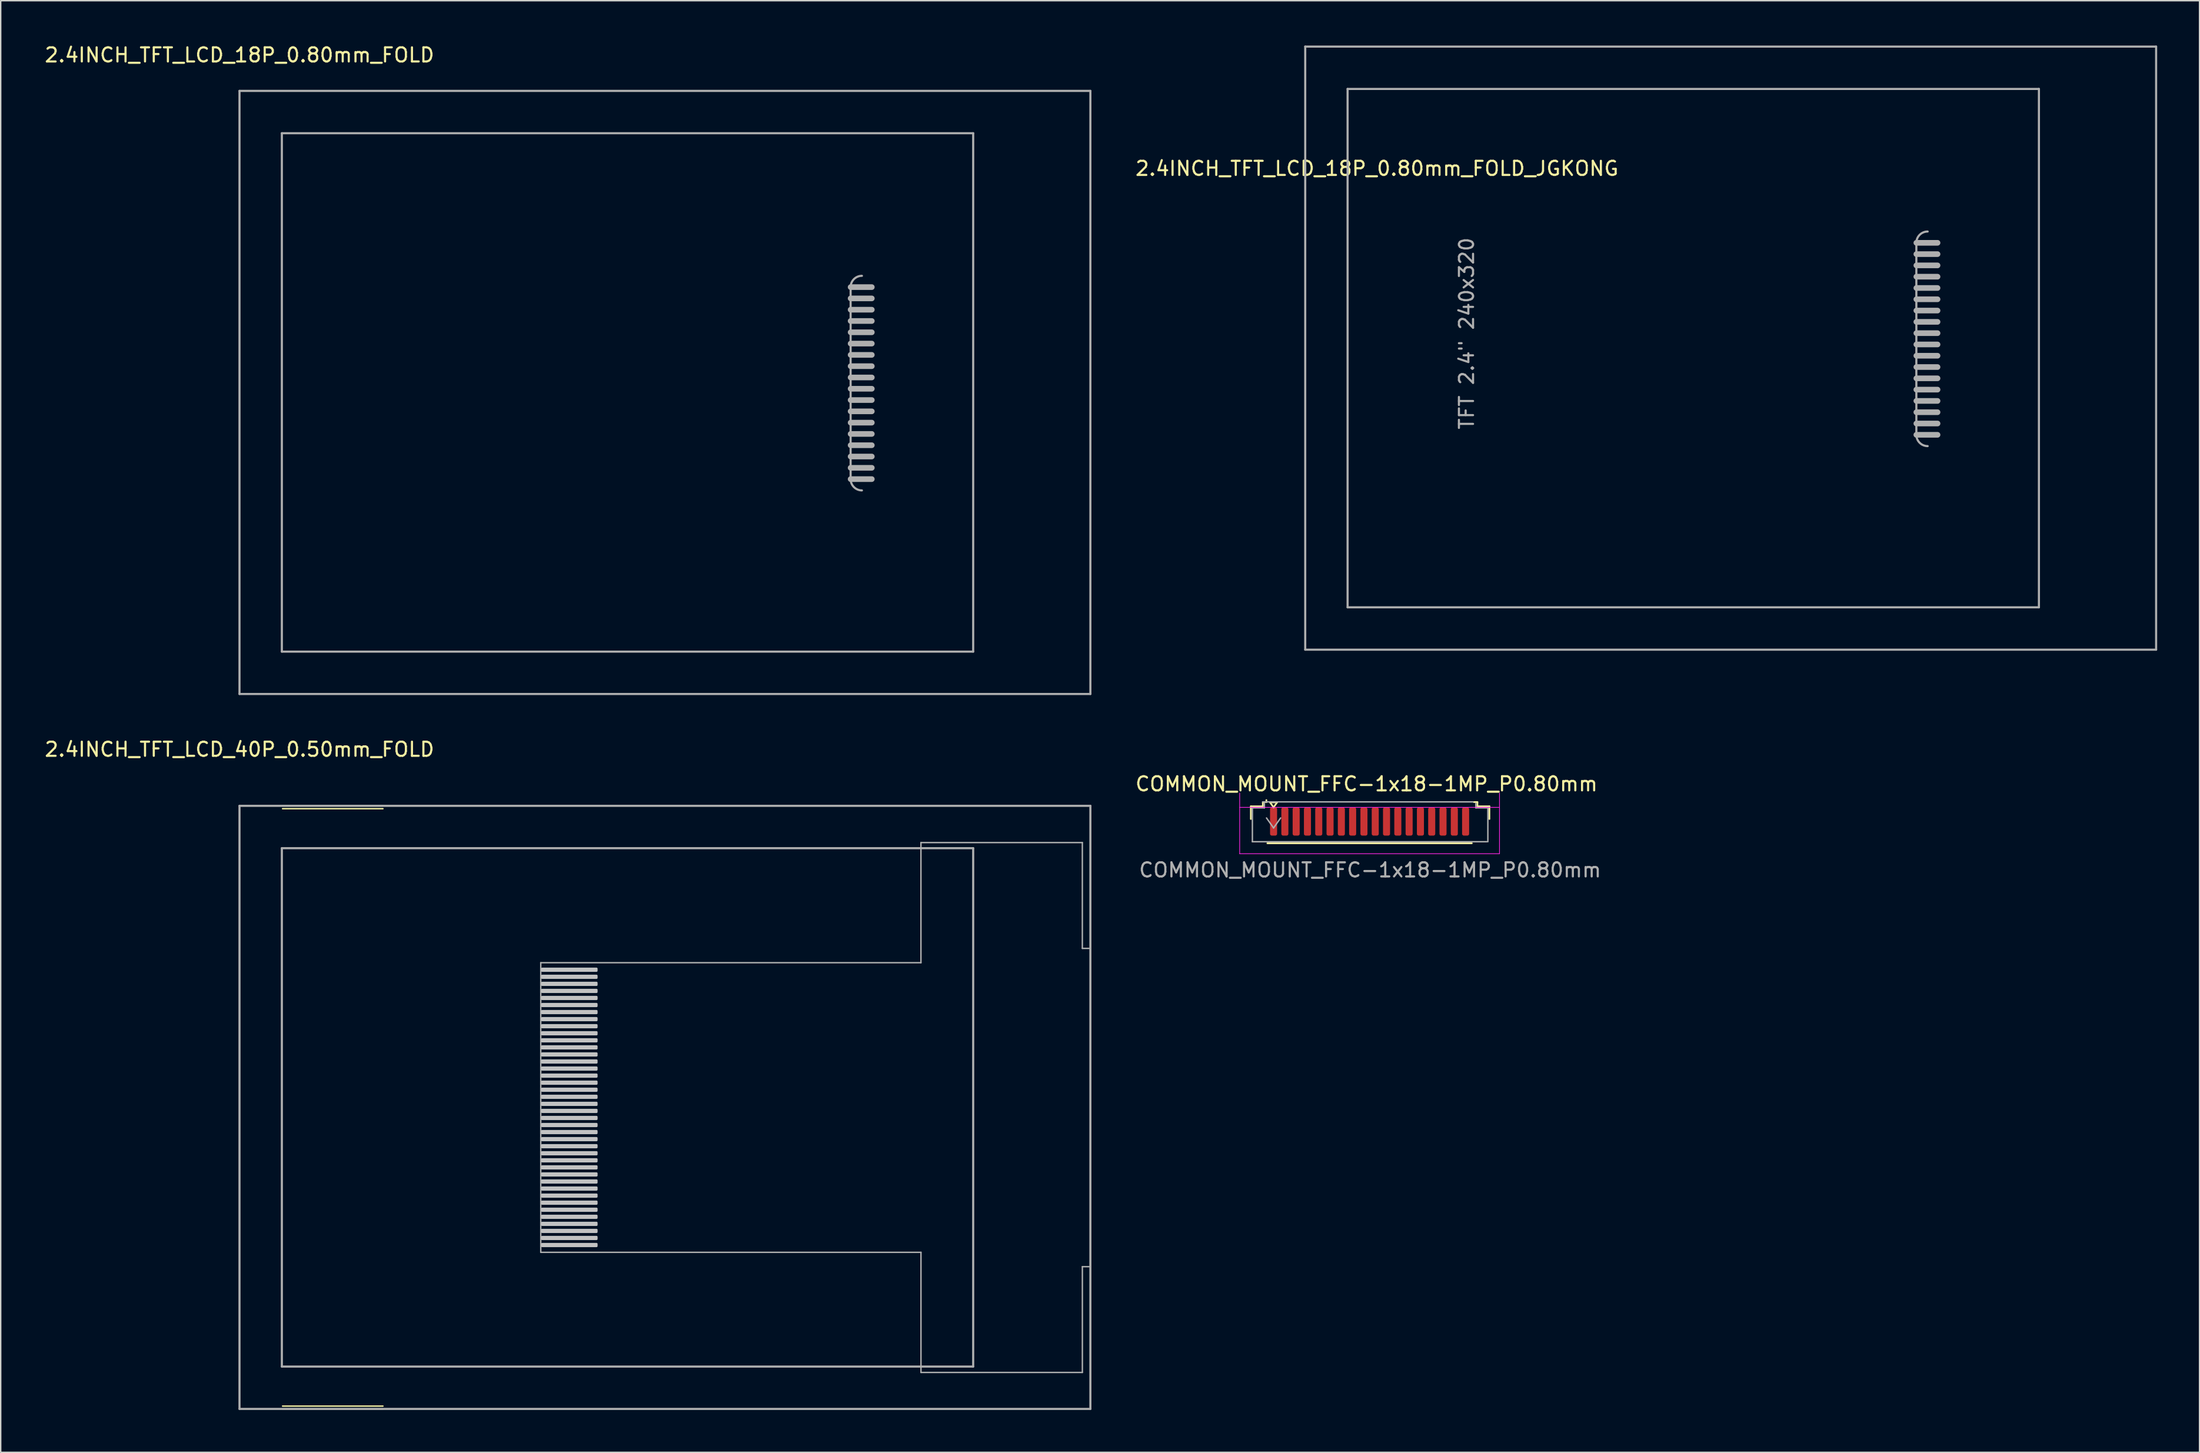
<source format=kicad_pcb>
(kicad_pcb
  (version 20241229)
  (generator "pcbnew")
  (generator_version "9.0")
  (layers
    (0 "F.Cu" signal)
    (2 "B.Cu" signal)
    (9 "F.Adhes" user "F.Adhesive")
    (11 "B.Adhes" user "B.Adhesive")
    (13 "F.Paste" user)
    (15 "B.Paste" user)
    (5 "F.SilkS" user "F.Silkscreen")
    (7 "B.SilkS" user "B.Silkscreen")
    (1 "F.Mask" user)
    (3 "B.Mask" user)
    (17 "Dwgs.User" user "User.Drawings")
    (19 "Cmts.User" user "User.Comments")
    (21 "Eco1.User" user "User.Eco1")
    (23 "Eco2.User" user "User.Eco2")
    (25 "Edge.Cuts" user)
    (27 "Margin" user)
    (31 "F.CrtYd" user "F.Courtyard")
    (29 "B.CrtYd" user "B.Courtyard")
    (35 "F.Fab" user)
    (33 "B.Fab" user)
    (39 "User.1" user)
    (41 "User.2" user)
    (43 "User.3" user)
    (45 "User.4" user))
  (footprint "2.4INCH_TFT_LCD_40P_0.50mm_FOLD"
    (layer "F.Cu")
    (at 13.911 54.032)
    (property "Reference" "2.4INCH_TFT_LCD_40P_0.50mm_FOLD" (at 0 -4 0) (layer "F.SilkS") (effects (font (size 1 1) (thickness 0.15))))
    (attr through_hole)
    (fp_line (start 3.048 0) (end 10.16 0) (stroke (width 0.1) (type solid)) (layer "F.SilkS"))
    (fp_line (start 3.048 0.203) (end 10.16 0.203) (stroke (width 0.1) (type solid)) (layer "F.SilkS"))
    (fp_line (start 3.048 42.52) (end 10.16 42.52) (stroke (width 0.1) (type solid)) (layer "F.SilkS"))
    (fp_line (start 3.048 42.723) (end 10.16 42.723) (stroke (width 0.1) (type solid)) (layer "F.SilkS"))
    (fp_line (start 0 0) (end 0 42.72) (stroke (width 0.15) (type solid)) (layer "F.Fab"))
    (fp_line (start 0 0) (end 60.26 0) (stroke (width 0.15) (type solid)) (layer "F.Fab"))
    (fp_line (start 0 42.72) (end 60.26 42.72) (stroke (width 0.15) (type solid)) (layer "F.Fab"))
    (fp_line (start 3 3) (end 3 39.72) (stroke (width 0.15) (type solid)) (layer "F.Fab"))
    (fp_line (start 3 3) (end 51.96 3) (stroke (width 0.15) (type solid)) (layer "F.Fab"))
    (fp_line (start 3 39.72) (end 51.96 39.72) (stroke (width 0.15) (type solid)) (layer "F.Fab"))
    (fp_line (start 21.336 11.113) (end 21.336 31.623) (stroke (width 0.1) (type solid)) (layer "F.Fab"))
    (fp_line (start 21.336 11.113) (end 48.26 11.113) (stroke (width 0.1) (type solid)) (layer "F.Fab"))
    (fp_line (start 21.338 31.627) (end 48.262 31.627) (stroke (width 0.1) (type solid)) (layer "F.Fab"))
    (fp_line (start 48.26 2.603) (end 59.69 2.603) (stroke (width 0.1) (type solid)) (layer "F.Fab"))
    (fp_line (start 48.26 11.113) (end 48.26 2.603) (stroke (width 0.1) (type solid)) (layer "F.Fab"))
    (fp_line (start 48.262 31.627) (end 48.262 40.136) (stroke (width 0.1) (type solid)) (layer "F.Fab"))
    (fp_line (start 48.262 40.136) (end 59.692 40.136) (stroke (width 0.1) (type solid)) (layer "F.Fab"))
    (fp_line (start 51.96 3) (end 51.96 39.72) (stroke (width 0.15) (type solid)) (layer "F.Fab"))
    (fp_line (start 59.69 2.603) (end 59.69 10.097) (stroke (width 0.1) (type solid)) (layer "F.Fab"))
    (fp_line (start 59.69 10.097) (end 60.198 10.097) (stroke (width 0.1) (type solid)) (layer "F.Fab"))
    (fp_line (start 59.692 32.643) (end 60.2 32.643) (stroke (width 0.1) (type solid)) (layer "F.Fab"))
    (fp_line (start 59.692 40.136) (end 59.692 32.643) (stroke (width 0.1) (type solid)) (layer "F.Fab"))
    (fp_line (start 60.26 0) (end 60.26 42.72) (stroke (width 0.15) (type solid)) (layer "F.Fab"))
    (pad "" connect roundrect (at 23.36 11.61) (size 4 0.3) (layers "Dwgs.User") (roundrect_rratio 0.25))
    (pad "" connect roundrect (at 23.36 12.11) (size 4 0.3) (layers "Dwgs.User") (roundrect_rratio 0.25))
    (pad "" connect roundrect (at 23.36 12.61) (size 4 0.3) (layers "Dwgs.User") (roundrect_rratio 0.25))
    (pad "" connect roundrect (at 23.36 13.11) (size 4 0.3) (layers "Dwgs.User") (roundrect_rratio 0.25))
    (pad "" connect roundrect (at 23.36 13.61) (size 4 0.3) (layers "Dwgs.User") (roundrect_rratio 0.25))
    (pad "" connect roundrect (at 23.36 14.11) (size 4 0.3) (layers "Dwgs.User") (roundrect_rratio 0.25))
    (pad "" connect roundrect (at 23.36 14.61) (size 4 0.3) (layers "Dwgs.User") (roundrect_rratio 0.25))
    (pad "" connect roundrect (at 23.36 15.11) (size 4 0.3) (layers "Dwgs.User") (roundrect_rratio 0.25))
    (pad "" connect roundrect (at 23.36 15.61) (size 4 0.3) (layers "Dwgs.User") (roundrect_rratio 0.25))
    (pad "" connect roundrect (at 23.36 16.11) (size 4 0.3) (layers "Dwgs.User") (roundrect_rratio 0.25))
    (pad "" connect roundrect (at 23.36 16.61) (size 4 0.3) (layers "Dwgs.User") (roundrect_rratio 0.25))
    (pad "" connect roundrect (at 23.36 17.11) (size 4 0.3) (layers "Dwgs.User") (roundrect_rratio 0.25))
    (pad "" connect roundrect (at 23.36 17.61) (size 4 0.3) (layers "Dwgs.User") (roundrect_rratio 0.25))
    (pad "" connect roundrect (at 23.36 18.11) (size 4 0.3) (layers "Dwgs.User") (roundrect_rratio 0.25))
    (pad "" connect roundrect (at 23.36 18.61) (size 4 0.3) (layers "Dwgs.User") (roundrect_rratio 0.25))
    (pad "" connect roundrect (at 23.36 19.11) (size 4 0.3) (layers "Dwgs.User") (roundrect_rratio 0.25))
    (pad "" connect roundrect (at 23.36 19.61) (size 4 0.3) (layers "Dwgs.User") (roundrect_rratio 0.25))
    (pad "" connect roundrect (at 23.36 20.11) (size 4 0.3) (layers "Dwgs.User") (roundrect_rratio 0.25))
    (pad "" connect roundrect (at 23.36 20.61) (size 4 0.3) (layers "Dwgs.User") (roundrect_rratio 0.25))
    (pad "" connect roundrect (at 23.36 21.11) (size 4 0.3) (layers "Dwgs.User") (roundrect_rratio 0.25))
    (pad "" connect roundrect (at 23.36 21.61) (size 4 0.3) (layers "Dwgs.User") (roundrect_rratio 0.25))
    (pad "" connect roundrect (at 23.36 22.11) (size 4 0.3) (layers "Dwgs.User") (roundrect_rratio 0.25))
    (pad "" connect roundrect (at 23.36 22.61) (size 4 0.3) (layers "Dwgs.User") (roundrect_rratio 0.25))
    (pad "" connect roundrect (at 23.36 23.11) (size 4 0.3) (layers "Dwgs.User") (roundrect_rratio 0.25))
    (pad "" connect roundrect (at 23.36 23.61) (size 4 0.3) (layers "Dwgs.User") (roundrect_rratio 0.25))
    (pad "" connect roundrect (at 23.36 24.11) (size 4 0.3) (layers "Dwgs.User") (roundrect_rratio 0.25))
    (pad "" connect roundrect (at 23.36 24.61) (size 4 0.3) (layers "Dwgs.User") (roundrect_rratio 0.25))
    (pad "" connect roundrect (at 23.36 25.11) (size 4 0.3) (layers "Dwgs.User") (roundrect_rratio 0.25))
    (pad "" connect roundrect (at 23.36 25.61) (size 4 0.3) (layers "Dwgs.User") (roundrect_rratio 0.25))
    (pad "" connect roundrect (at 23.36 26.11) (size 4 0.3) (layers "Dwgs.User") (roundrect_rratio 0.25))
    (pad "" connect roundrect (at 23.36 26.61) (size 4 0.3) (layers "Dwgs.User") (roundrect_rratio 0.25))
    (pad "" connect roundrect (at 23.36 27.11) (size 4 0.3) (layers "Dwgs.User") (roundrect_rratio 0.25))
    (pad "" connect roundrect (at 23.36 27.61) (size 4 0.3) (layers "Dwgs.User") (roundrect_rratio 0.25))
    (pad "" connect roundrect (at 23.36 28.11) (size 4 0.3) (layers "Dwgs.User") (roundrect_rratio 0.25))
    (pad "" connect roundrect (at 23.36 28.61) (size 4 0.3) (layers "Dwgs.User") (roundrect_rratio 0.25))
    (pad "" connect roundrect (at 23.36 29.11) (size 4 0.3) (layers "Dwgs.User") (roundrect_rratio 0.25))
    (pad "" connect roundrect (at 23.36 29.61) (size 4 0.3) (layers "Dwgs.User") (roundrect_rratio 0.25))
    (pad "" connect roundrect (at 23.36 30.11) (size 4 0.3) (layers "Dwgs.User") (roundrect_rratio 0.25))
    (pad "" connect roundrect (at 23.36 30.61) (size 4 0.3) (layers "Dwgs.User") (roundrect_rratio 0.25))
    (pad "" connect roundrect (at 23.36 31.11) (size 4 0.3) (layers "Dwgs.User") (roundrect_rratio 0.25)))
  (footprint "2.4INCH_TFT_LCD_18P_0.80mm_FOLD_JGKONG"
    (layer "F.Cu")
    (at 89.386 0.25)
    (property "Reference" "2.4INCH_TFT_LCD_18P_0.80mm_FOLD_JGKONG" (at 5.08 8.636 0) (layer "F.SilkS") (effects (font (size 1 1) (thickness 0.15))))
    (attr through_hole)
    (fp_line (start 0 0) (end 0 42.72) (stroke (width 0.15) (type solid)) (layer "F.Fab"))
    (fp_line (start 0 0) (end 60.26 0) (stroke (width 0.15) (type solid)) (layer "F.Fab"))
    (fp_line (start 0 42.72) (end 60.26 42.72) (stroke (width 0.15) (type solid)) (layer "F.Fab"))
    (fp_line (start 3 3) (end 3 39.72) (stroke (width 0.15) (type solid)) (layer "F.Fab"))
    (fp_line (start 3 3) (end 51.96 3) (stroke (width 0.15) (type solid)) (layer "F.Fab"))
    (fp_line (start 3 39.72) (end 51.96 39.72) (stroke (width 0.15) (type solid)) (layer "F.Fab"))
    (fp_line (start 43.28 13.9) (end 43.28 27.5) (stroke (width 0.15) (type solid)) (layer "F.Fab"))
    (fp_line (start 43.28 13.9) (end 44.78 13.9) (stroke (width 0.4) (type solid)) (layer "F.Fab"))
    (fp_line (start 43.28 14.7) (end 44.78 14.7) (stroke (width 0.4) (type solid)) (layer "F.Fab"))
    (fp_line (start 43.28 15.5) (end 44.78 15.5) (stroke (width 0.4) (type solid)) (layer "F.Fab"))
    (fp_line (start 43.28 16.3) (end 44.78 16.3) (stroke (width 0.4) (type solid)) (layer "F.Fab"))
    (fp_line (start 43.28 17.1) (end 44.78 17.1) (stroke (width 0.4) (type solid)) (layer "F.Fab"))
    (fp_line (start 43.28 17.9) (end 44.78 17.9) (stroke (width 0.4) (type solid)) (layer "F.Fab"))
    (fp_line (start 43.28 18.7) (end 44.78 18.7) (stroke (width 0.4) (type solid)) (layer "F.Fab"))
    (fp_line (start 43.28 19.5) (end 44.78 19.5) (stroke (width 0.4) (type solid)) (layer "F.Fab"))
    (fp_line (start 43.28 20.3) (end 44.78 20.3) (stroke (width 0.4) (type solid)) (layer "F.Fab"))
    (fp_line (start 43.28 21.1) (end 44.78 21.1) (stroke (width 0.4) (type solid)) (layer "F.Fab"))
    (fp_line (start 43.28 21.9) (end 44.78 21.9) (stroke (width 0.4) (type solid)) (layer "F.Fab"))
    (fp_line (start 43.28 22.7) (end 44.78 22.7) (stroke (width 0.4) (type solid)) (layer "F.Fab"))
    (fp_line (start 43.28 23.5) (end 44.78 23.5) (stroke (width 0.4) (type solid)) (layer "F.Fab"))
    (fp_line (start 43.28 24.3) (end 44.78 24.3) (stroke (width 0.4) (type solid)) (layer "F.Fab"))
    (fp_line (start 43.28 25.1) (end 44.78 25.1) (stroke (width 0.4) (type solid)) (layer "F.Fab"))
    (fp_line (start 43.28 25.9) (end 44.78 25.9) (stroke (width 0.4) (type solid)) (layer "F.Fab"))
    (fp_line (start 43.28 26.7) (end 44.78 26.7) (stroke (width 0.4) (type solid)) (layer "F.Fab"))
    (fp_line (start 43.28 27.5) (end 44.78 27.5) (stroke (width 0.4) (type solid)) (layer "F.Fab"))
    (fp_line (start 51.96 3) (end 51.96 39.72) (stroke (width 0.15) (type solid)) (layer "F.Fab"))
    (fp_line (start 60.26 0) (end 60.26 42.72) (stroke (width 0.15) (type solid)) (layer "F.Fab"))
    (fp_arc (start 43.28 13.9) (mid 43.514315 13.334315) (end 44.08 13.1) (stroke (width 0.15) (type solid)) (layer "F.Fab"))
    (fp_arc (start 44.08 28.3) (mid 43.514315 28.065685) (end 43.28 27.5) (stroke (width 0.15) (type solid)) (layer "F.Fab"))
    (fp_text user "TFT 2.4\" 240x320" (at 11.43 20.32 90) (layer "F.Fab") (effects (font (size 1 1) (thickness 0.15)))))
  (footprint "COMMON_MOUNT_FFC-1x18-1MP_P0.80mm"
    (layer "F.Cu")
    (at 92.204 49.433)
    (property "Reference" "COMMON_MOUNT_FFC-1x18-1MP_P0.80mm" (at 1.524 3.048 0) (layer "F.SilkS") (effects (font (size 1 1) (thickness 0.15))))
    (attr through_hole)
    (fp_line (start -6.67 4.632) (end -5.82 4.632) (stroke (width 0.12) (type solid)) (layer "F.SilkS"))
    (fp_line (start -6.67 5.532) (end -6.67 4.632) (stroke (width 0.12) (type solid)) (layer "F.SilkS"))
    (fp_line (start -5.82 4.332) (end -5.57 4.332) (stroke (width 0.12) (type solid)) (layer "F.SilkS"))
    (fp_line (start -5.82 4.632) (end -5.82 4.332) (stroke (width 0.12) (type solid)) (layer "F.SilkS"))
    (fp_line (start -5.57 4.332) (end -5.57 4.192) (stroke (width 0.12) (type solid)) (layer "F.SilkS"))
    (fp_line (start -5.5 7.252) (end 8.98 7.252) (stroke (width 0.12) (type solid)) (layer "F.SilkS"))
    (fp_line (start -5.31 4.354) (end -5.06 4.708) (stroke (width 0.12) (type solid)) (layer "F.SilkS"))
    (fp_line (start -5.06 4.708) (end -4.81 4.354) (stroke (width 0.12) (type solid)) (layer "F.SilkS"))
    (fp_line (start -4.81 4.354) (end -5.31 4.354) (stroke (width 0.12) (type solid)) (layer "F.SilkS"))
    (fp_line (start 9.376 4.332) (end 9.126 4.332) (stroke (width 0.12) (type solid)) (layer "F.SilkS"))
    (fp_line (start 9.376 4.632) (end 9.376 4.332) (stroke (width 0.12) (type solid)) (layer "F.SilkS"))
    (fp_line (start 10.226 4.632) (end 9.376 4.632) (stroke (width 0.12) (type solid)) (layer "F.SilkS"))
    (fp_line (start 10.226 5.532) (end 10.226 4.632) (stroke (width 0.12) (type solid)) (layer "F.SilkS"))
    (fp_line (start -7.46 3.692) (end -7.46 7.992) (stroke (width 0.05) (type solid)) (layer "F.CrtYd"))
    (fp_line (start -7.46 7.992) (end 10.94 7.992) (stroke (width 0.05) (type solid)) (layer "F.CrtYd"))
    (fp_line (start 10.94 4.708) (end -7.46 4.708) (stroke (width 0.05) (type solid)) (layer "F.CrtYd"))
    (fp_line (start 10.94 7.992) (end 10.94 3.692) (stroke (width 0.05) (type solid)) (layer "F.CrtYd"))
    (fp_line (start -6.56 4.742) (end -6.56 7.142) (stroke (width 0.1) (type solid)) (layer "F.Fab"))
    (fp_line (start -6.56 4.742) (end -5.71 4.742) (stroke (width 0.1) (type solid)) (layer "F.Fab"))
    (fp_line (start -6.56 7.142) (end 10.04 7.142) (stroke (width 0.1) (type solid)) (layer "F.Fab"))
    (fp_line (start -5.832 4.318) (end 9.068 4.318) (stroke (width 0.1) (type solid)) (layer "F.Fab"))
    (fp_line (start -5.71 4.742) (end -5.71 4.442) (stroke (width 0.1) (type solid)) (layer "F.Fab"))
    (fp_line (start -5.56 5.458) (end -5.06 6.165) (stroke (width 0.1) (type solid)) (layer "F.Fab"))
    (fp_line (start -5.06 6.165) (end -4.56 5.458) (stroke (width 0.1) (type solid)) (layer "F.Fab"))
    (fp_line (start 9.266 4.442) (end 9.266 4.742) (stroke (width 0.1) (type solid)) (layer "F.Fab"))
    (fp_line (start 9.266 4.742) (end 10.116 4.742) (stroke (width 0.1) (type solid)) (layer "F.Fab"))
    (fp_line (start 10.116 4.742) (end 10.116 7.142) (stroke (width 0.1) (type solid)) (layer "F.Fab"))
    (fp_text user "${REFERENCE}" (at 1.778 9.144 0) (layer "F.Fab") (effects (font (size 1 1) (thickness 0.15))))
    (pad "1" smd roundrect (at -5.06 5.708) (size 0.5 2) (layers "F.Cu" "F.Mask") (roundrect_rratio 0.25))
    (pad "2" smd roundrect (at -4.26 5.708) (size 0.5 2) (layers "F.Cu" "F.Mask") (roundrect_rratio 0.25))
    (pad "3" smd roundrect (at -3.46 5.708) (size 0.5 2) (layers "F.Cu" "F.Mask") (roundrect_rratio 0.25))
    (pad "4" smd roundrect (at -2.66 5.708) (size 0.5 2) (layers "F.Cu" "F.Mask") (roundrect_rratio 0.25))
    (pad "5" smd roundrect (at -1.86 5.708) (size 0.5 2) (layers "F.Cu" "F.Mask") (roundrect_rratio 0.25))
    (pad "6" smd roundrect (at -1.06 5.708) (size 0.5 2) (layers "F.Cu" "F.Mask") (roundrect_rratio 0.25))
    (pad "7" smd roundrect (at -0.26 5.708) (size 0.5 2) (layers "F.Cu" "F.Mask") (roundrect_rratio 0.25))
    (pad "8" smd roundrect (at 0.54 5.708) (size 0.5 2) (layers "F.Cu" "F.Mask") (roundrect_rratio 0.25))
    (pad "9" smd roundrect (at 1.34 5.708) (size 0.5 2) (layers "F.Cu" "F.Mask") (roundrect_rratio 0.25))
    (pad "10" smd roundrect (at 2.14 5.708) (size 0.5 2) (layers "F.Cu" "F.Mask") (roundrect_rratio 0.25))
    (pad "11" smd roundrect (at 2.94 5.708) (size 0.5 2) (layers "F.Cu" "F.Mask") (roundrect_rratio 0.25))
    (pad "12" smd roundrect (at 3.74 5.708) (size 0.5 2) (layers "F.Cu" "F.Mask") (roundrect_rratio 0.25))
    (pad "13" smd roundrect (at 4.54 5.708) (size 0.5 2) (layers "F.Cu" "F.Mask") (roundrect_rratio 0.25))
    (pad "14" smd roundrect (at 5.34 5.708) (size 0.5 2) (layers "F.Cu" "F.Mask") (roundrect_rratio 0.25))
    (pad "15" smd roundrect (at 6.14 5.708) (size 0.5 2) (layers "F.Cu" "F.Mask") (roundrect_rratio 0.25))
    (pad "16" smd roundrect (at 6.94 5.708) (size 0.5 2) (layers "F.Cu" "F.Mask") (roundrect_rratio 0.25))
    (pad "17" smd roundrect (at 7.74 5.708) (size 0.5 2) (layers "F.Cu" "F.Mask") (roundrect_rratio 0.25))
    (pad "18" smd roundrect (at 8.54 5.708) (size 0.5 2) (layers "F.Cu" "F.Mask") (roundrect_rratio 0.25)))
  (footprint "2.4INCH_TFT_LCD_18P_0.80mm_FOLD"
    (layer "F.Cu")
    (at 13.911 3.388)
    (property "Reference" "2.4INCH_TFT_LCD_18P_0.80mm_FOLD" (at 0 -2.54 180) (layer "F.SilkS") (effects (font (size 1 1) (thickness 0.15))))
    (attr through_hole)
    (fp_line (start 0 0) (end 0 42.72) (stroke (width 0.15) (type solid)) (layer "F.Fab"))
    (fp_line (start 0 0) (end 60.26 0) (stroke (width 0.15) (type solid)) (layer "F.Fab"))
    (fp_line (start 0 42.72) (end 60.26 42.72) (stroke (width 0.15) (type solid)) (layer "F.Fab"))
    (fp_line (start 3 3) (end 3 39.72) (stroke (width 0.15) (type solid)) (layer "F.Fab"))
    (fp_line (start 3 3) (end 51.96 3) (stroke (width 0.15) (type solid)) (layer "F.Fab"))
    (fp_line (start 3 39.72) (end 51.96 39.72) (stroke (width 0.15) (type solid)) (layer "F.Fab"))
    (fp_line (start 43.28 13.9) (end 43.28 27.5) (stroke (width 0.15) (type solid)) (layer "F.Fab"))
    (fp_line (start 43.28 13.9) (end 44.78 13.9) (stroke (width 0.4) (type solid)) (layer "F.Fab"))
    (fp_line (start 43.28 14.7) (end 44.78 14.7) (stroke (width 0.4) (type solid)) (layer "F.Fab"))
    (fp_line (start 43.28 15.5) (end 44.78 15.5) (stroke (width 0.4) (type solid)) (layer "F.Fab"))
    (fp_line (start 43.28 16.3) (end 44.78 16.3) (stroke (width 0.4) (type solid)) (layer "F.Fab"))
    (fp_line (start 43.28 17.1) (end 44.78 17.1) (stroke (width 0.4) (type solid)) (layer "F.Fab"))
    (fp_line (start 43.28 17.9) (end 44.78 17.9) (stroke (width 0.4) (type solid)) (layer "F.Fab"))
    (fp_line (start 43.28 18.7) (end 44.78 18.7) (stroke (width 0.4) (type solid)) (layer "F.Fab"))
    (fp_line (start 43.28 19.5) (end 44.78 19.5) (stroke (width 0.4) (type solid)) (layer "F.Fab"))
    (fp_line (start 43.28 20.3) (end 44.78 20.3) (stroke (width 0.4) (type solid)) (layer "F.Fab"))
    (fp_line (start 43.28 21.1) (end 44.78 21.1) (stroke (width 0.4) (type solid)) (layer "F.Fab"))
    (fp_line (start 43.28 21.9) (end 44.78 21.9) (stroke (width 0.4) (type solid)) (layer "F.Fab"))
    (fp_line (start 43.28 22.7) (end 44.78 22.7) (stroke (width 0.4) (type solid)) (layer "F.Fab"))
    (fp_line (start 43.28 23.5) (end 44.78 23.5) (stroke (width 0.4) (type solid)) (layer "F.Fab"))
    (fp_line (start 43.28 24.3) (end 44.78 24.3) (stroke (width 0.4) (type solid)) (layer "F.Fab"))
    (fp_line (start 43.28 25.1) (end 44.78 25.1) (stroke (width 0.4) (type solid)) (layer "F.Fab"))
    (fp_line (start 43.28 25.9) (end 44.78 25.9) (stroke (width 0.4) (type solid)) (layer "F.Fab"))
    (fp_line (start 43.28 26.7) (end 44.78 26.7) (stroke (width 0.4) (type solid)) (layer "F.Fab"))
    (fp_line (start 43.28 27.5) (end 44.78 27.5) (stroke (width 0.4) (type solid)) (layer "F.Fab"))
    (fp_line (start 51.96 3) (end 51.96 39.72) (stroke (width 0.15) (type solid)) (layer "F.Fab"))
    (fp_line (start 60.26 0) (end 60.26 42.72) (stroke (width 0.15) (type solid)) (layer "F.Fab"))
    (fp_arc (start 43.28 13.9) (mid 43.514315 13.334315) (end 44.08 13.1) (stroke (width 0.15) (type solid)) (layer "F.Fab"))
    (fp_arc (start 44.08 28.3) (mid 43.514315 28.065685) (end 43.28 27.5) (stroke (width 0.15) (type solid)) (layer "F.Fab")))
  (gr_rect
    (start -3 -3)
    (end 152.721 99.826)
    (stroke (width 0.1) (type default))
    (fill no)
    (layer "Edge.Cuts")))
</source>
